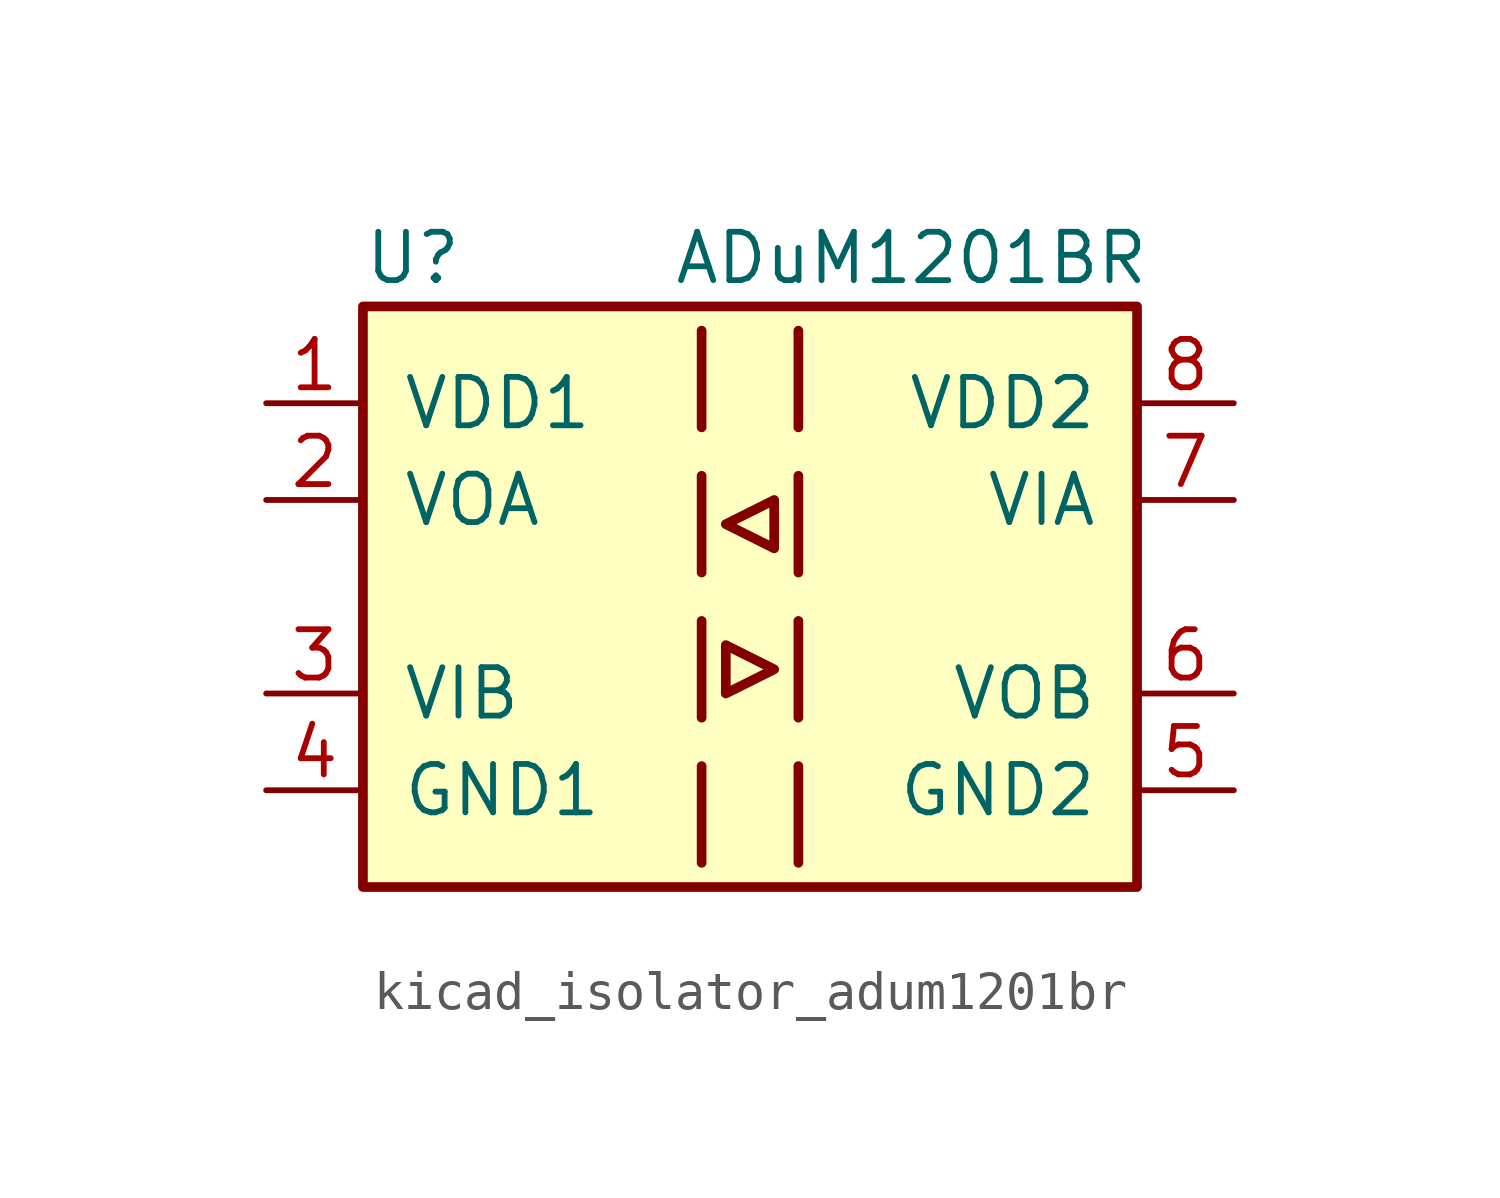
<source format=kicad_sym>
(kicad_symbol_lib
  (version 20220914)
  (generator kicad_symbol_editor)
  (symbol "kicad_isolator_adum1201br"
    (pin_names
      (offset 1.016))
    (property "Reference" "U"
      (at -10.16 8.89 0)
      (effects (font (size 1.27 1.27)) (justify left)))
    (property "Value" "ADuM1201BR"
      (at -2.032 8.89 0)
      (effects (font (size 1.27 1.27)) (justify left)))
    (symbol "kicad_isolator_adum1201br_0_1"
      (rectangle (start -10.16 7.62) (end 10.16 -7.62) (stroke (width 0.254) (type default)) (fill (type background)))
      (polyline (pts (xy -1.27 -4.445) (xy -1.27 -6.985)) (stroke (width 0.254) (type default)) (fill (type none)))
      (polyline (pts (xy -1.27 -0.635) (xy -1.27 -3.175)) (stroke (width 0.254) (type default)) (fill (type none)))
      (polyline (pts (xy -1.27 3.175) (xy -1.27 0.635)) (stroke (width 0.254) (type default)) (fill (type none)))
      (polyline (pts (xy -1.27 6.985) (xy -1.27 4.445)) (stroke (width 0.254) (type default)) (fill (type none)))
      (polyline (pts (xy 1.27 -4.445) (xy 1.27 -6.985)) (stroke (width 0.254) (type default)) (fill (type none)))
      (polyline (pts (xy 1.27 -0.635) (xy 1.27 -3.175)) (stroke (width 0.254) (type default)) (fill (type none)))
      (polyline (pts (xy 1.27 3.175) (xy 1.27 0.635)) (stroke (width 0.254) (type default)) (fill (type none)))
      (polyline (pts (xy 1.27 6.985) (xy 1.27 4.445)) (stroke (width 0.254) (type default)) (fill (type none)))
      (polyline (pts (xy -0.635 -1.27) (xy -0.635 -2.54) (xy 0.635 -1.905) (xy -0.635 -1.27)) (stroke (width 0.254) (type default)) (fill (type none)))
      (polyline (pts (xy 0.635 2.54) (xy 0.635 1.27) (xy -0.635 1.905) (xy 0.635 2.54)) (stroke (width 0.254) (type default)) (fill (type none))))
    (symbol "kicad_isolator_adum1201br_1_1"
      (pin power_in line (at -12.7 5.08 0) (length 2.54) (name "VDD1" (effects (font (size 1.27 1.27)))) (number "1" (effects (font (size 1.27 1.27)))))
      (pin output line (at -12.7 2.54 0) (length 2.54) (name "VOA" (effects (font (size 1.27 1.27)))) (number "2" (effects (font (size 1.27 1.27)))))
      (pin input line (at -12.7 -2.54 0) (length 2.54) (name "VIB" (effects (font (size 1.27 1.27)))) (number "3" (effects (font (size 1.27 1.27)))))
      (pin power_in line (at -12.7 -5.08 0) (length 2.54) (name "GND1" (effects (font (size 1.27 1.27)))) (number "4" (effects (font (size 1.27 1.27)))))
      (pin power_in line (at 12.7 -5.08 180) (length 2.54) (name "GND2" (effects (font (size 1.27 1.27)))) (number "5" (effects (font (size 1.27 1.27)))))
      (pin output line (at 12.7 -2.54 180) (length 2.54) (name "VOB" (effects (font (size 1.27 1.27)))) (number "6" (effects (font (size 1.27 1.27)))))
      (pin input line (at 12.7 2.54 180) (length 2.54) (name "VIA" (effects (font (size 1.27 1.27)))) (number "7" (effects (font (size 1.27 1.27)))))
      (pin power_in line (at 12.7 5.08 180) (length 2.54) (name "VDD2" (effects (font (size 1.27 1.27)))) (number "8" (effects (font (size 1.27 1.27))))))))
</source>
